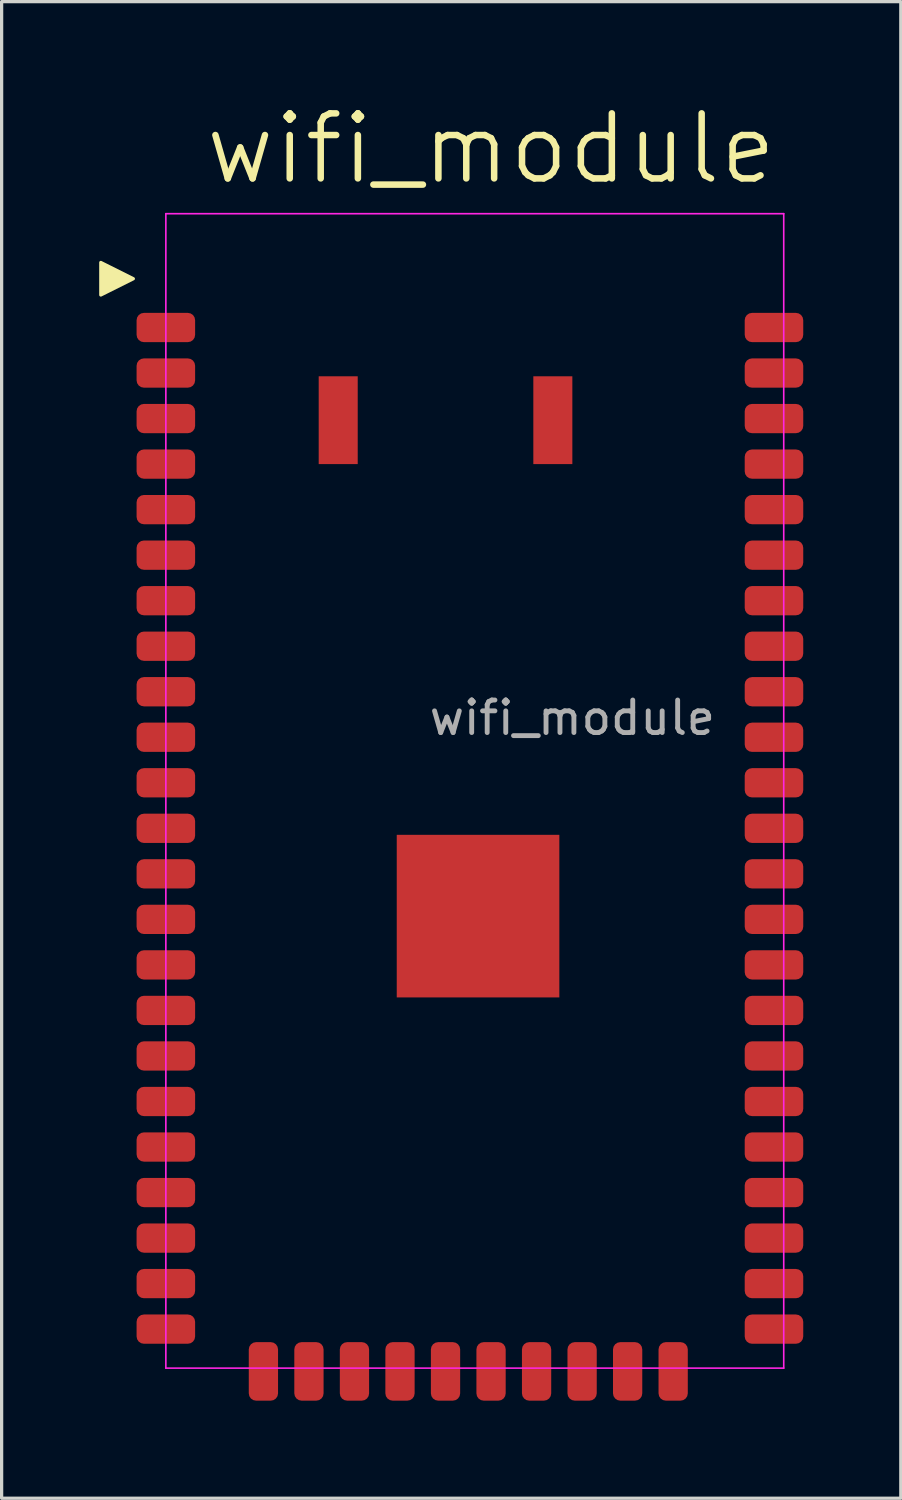
<source format=kicad_pcb>
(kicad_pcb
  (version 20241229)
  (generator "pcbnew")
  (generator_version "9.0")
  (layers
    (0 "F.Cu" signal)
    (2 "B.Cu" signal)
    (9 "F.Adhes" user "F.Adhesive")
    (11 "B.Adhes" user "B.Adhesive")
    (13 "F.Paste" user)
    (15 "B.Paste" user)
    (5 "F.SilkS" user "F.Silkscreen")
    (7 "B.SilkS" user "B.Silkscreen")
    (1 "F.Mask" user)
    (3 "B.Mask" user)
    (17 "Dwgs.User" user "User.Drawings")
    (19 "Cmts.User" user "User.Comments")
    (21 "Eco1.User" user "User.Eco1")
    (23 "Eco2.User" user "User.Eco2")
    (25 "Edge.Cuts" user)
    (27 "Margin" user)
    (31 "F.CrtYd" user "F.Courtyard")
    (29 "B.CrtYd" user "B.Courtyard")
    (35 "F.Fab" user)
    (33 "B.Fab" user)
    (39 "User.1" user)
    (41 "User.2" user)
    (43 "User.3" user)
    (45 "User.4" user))
  (footprint "wifi_module"
    (layer "F.Cu")
    (at 14.55 16.521)
    (property "Reference" "wifi_module" (at -2.5 -15 0) (unlocked yes) (layer "F.SilkS") (effects (font (size 2 2) (thickness 0.2) (bold yes))))
    (attr smd)
    (fp_poly (pts (xy -14.5 -11.5) (xy -14.5 -10.5) (xy -13.5 -11)) (stroke (width 0.1) (type solid)) (fill yes) (layer "F.SilkS"))
    (fp_line (start -12.5 -13) (end -12.5 22.5) (stroke (width 0.05) (type default)) (layer "F.CrtYd"))
    (fp_line (start -12.5 22.5) (end 6.5 22.5) (stroke (width 0.05) (type default)) (layer "F.CrtYd"))
    (fp_line (start 6.5 -13) (end -12.5 -13) (stroke (width 0.05) (type default)) (layer "F.CrtYd"))
    (fp_line (start 6.5 22.5) (end 6.5 -13) (stroke (width 0.05) (type default)) (layer "F.CrtYd"))
    (fp_text user "${REFERENCE}" (at 0 2.5 0) (unlocked yes) (layer "F.Fab") (effects (font (size 1 1) (thickness 0.15))))
    (pad "" smd rect (at -7.2 -6.65 90) (size 2.7 1.2) (layers "F.Cu" "F.Mask" "F.Paste"))
    (pad "" smd rect (at -2.9 8.6 90) (size 5 5) (layers "F.Cu" "F.Mask" "F.Paste"))
    (pad "" smd rect (at -0.6 -6.65 90) (size 2.7 1.2) (layers "F.Cu" "F.Mask" "F.Paste"))
    (pad "1" smd roundrect (at -12.5 -9.5) (size 1.8 0.9) (layers "F.Cu" "F.Mask" "F.Paste") (roundrect_rratio 0.25))
    (pad "2" smd roundrect (at -12.5 -8.1) (size 1.8 0.9) (layers "F.Cu" "F.Mask" "F.Paste") (roundrect_rratio 0.25))
    (pad "3" smd roundrect (at -12.5 -6.7) (size 1.8 0.9) (layers "F.Cu" "F.Mask" "F.Paste") (roundrect_rratio 0.25))
    (pad "4" smd roundrect (at -12.5 -5.3) (size 1.8 0.9) (layers "F.Cu" "F.Mask" "F.Paste") (roundrect_rratio 0.25))
    (pad "5" smd roundrect (at -12.5 -3.9) (size 1.8 0.9) (layers "F.Cu" "F.Mask" "F.Paste") (roundrect_rratio 0.25))
    (pad "6" smd roundrect (at -12.5 -2.5) (size 1.8 0.9) (layers "F.Cu" "F.Mask" "F.Paste") (roundrect_rratio 0.25))
    (pad "7" smd roundrect (at -12.5 -1.1) (size 1.8 0.9) (layers "F.Cu" "F.Mask" "F.Paste") (roundrect_rratio 0.25))
    (pad "8" smd roundrect (at -12.5 0.3) (size 1.8 0.9) (layers "F.Cu" "F.Mask" "F.Paste") (roundrect_rratio 0.25))
    (pad "9" smd roundrect (at -12.5 1.7) (size 1.8 0.9) (layers "F.Cu" "F.Mask" "F.Paste") (roundrect_rratio 0.25))
    (pad "10" smd roundrect (at -12.5 3.1) (size 1.8 0.9) (layers "F.Cu" "F.Mask" "F.Paste") (roundrect_rratio 0.25))
    (pad "11" smd roundrect (at -12.5 4.5) (size 1.8 0.9) (layers "F.Cu" "F.Mask" "F.Paste") (roundrect_rratio 0.25))
    (pad "12" smd roundrect (at -12.5 5.9) (size 1.8 0.9) (layers "F.Cu" "F.Mask" "F.Paste") (roundrect_rratio 0.25))
    (pad "13" smd roundrect (at -12.5 7.3) (size 1.8 0.9) (layers "F.Cu" "F.Mask" "F.Paste") (roundrect_rratio 0.25))
    (pad "14" smd roundrect (at -12.5 8.7) (size 1.8 0.9) (layers "F.Cu" "F.Mask" "F.Paste") (roundrect_rratio 0.25))
    (pad "15" smd roundrect (at -12.5 10.1) (size 1.8 0.9) (layers "F.Cu" "F.Mask" "F.Paste") (roundrect_rratio 0.25))
    (pad "16" smd roundrect (at -12.5 11.5) (size 1.8 0.9) (layers "F.Cu" "F.Mask" "F.Paste") (roundrect_rratio 0.25))
    (pad "17" smd roundrect (at -12.5 12.9) (size 1.8 0.9) (layers "F.Cu" "F.Mask" "F.Paste") (roundrect_rratio 0.25))
    (pad "18" smd roundrect (at -12.5 14.3) (size 1.8 0.9) (layers "F.Cu" "F.Mask" "F.Paste") (roundrect_rratio 0.25))
    (pad "19" smd roundrect (at -12.5 15.7) (size 1.8 0.9) (layers "F.Cu" "F.Mask" "F.Paste") (roundrect_rratio 0.25))
    (pad "20" smd roundrect (at -12.5 17.1) (size 1.8 0.9) (layers "F.Cu" "F.Mask" "F.Paste") (roundrect_rratio 0.25))
    (pad "21" smd roundrect (at -12.5 18.5) (size 1.8 0.9) (layers "F.Cu" "F.Mask" "F.Paste") (roundrect_rratio 0.25))
    (pad "21" smd roundrect (at 0.3 22.6 90) (size 1.8 0.9) (layers "F.Cu" "F.Mask" "F.Paste") (roundrect_rratio 0.25))
    (pad "22" smd roundrect (at -12.5 19.9) (size 1.8 0.9) (layers "F.Cu" "F.Mask" "F.Paste") (roundrect_rratio 0.25))
    (pad "23" smd roundrect (at -12.5 21.3) (size 1.8 0.9) (layers "F.Cu" "F.Mask" "F.Paste") (roundrect_rratio 0.25))
    (pad "24" smd roundrect (at -9.5 22.6 90) (size 1.8 0.9) (layers "F.Cu" "F.Mask" "F.Paste") (roundrect_rratio 0.25))
    (pad "25" smd roundrect (at -8.1 22.6 90) (size 1.8 0.9) (layers "F.Cu" "F.Mask" "F.Paste") (roundrect_rratio 0.25))
    (pad "26" smd roundrect (at -6.7 22.6 90) (size 1.8 0.9) (layers "F.Cu" "F.Mask" "F.Paste") (roundrect_rratio 0.25))
    (pad "27" smd roundrect (at -5.3 22.6 90) (size 1.8 0.9) (layers "F.Cu" "F.Mask" "F.Paste") (roundrect_rratio 0.25))
    (pad "28" smd roundrect (at -3.9 22.6 90) (size 1.8 0.9) (layers "F.Cu" "F.Mask" "F.Paste") (roundrect_rratio 0.25))
    (pad "29" smd roundrect (at -2.5 22.6 90) (size 1.8 0.9) (layers "F.Cu" "F.Mask" "F.Paste") (roundrect_rratio 0.25))
    (pad "30" smd roundrect (at -1.1 22.6 90) (size 1.8 0.9) (layers "F.Cu" "F.Mask" "F.Paste") (roundrect_rratio 0.25))
    (pad "32" smd roundrect (at 1.7 22.6 90) (size 1.8 0.9) (layers "F.Cu" "F.Mask" "F.Paste") (roundrect_rratio 0.25))
    (pad "33" smd roundrect (at 3.1 22.6 90) (size 1.8 0.9) (layers "F.Cu" "F.Mask" "F.Paste") (roundrect_rratio 0.25))
    (pad "34" smd roundrect (at 6.2 21.3) (size 1.8 0.9) (layers "F.Cu" "F.Mask" "F.Paste") (roundrect_rratio 0.25))
    (pad "35" smd roundrect (at 6.2 19.9) (size 1.8 0.9) (layers "F.Cu" "F.Mask" "F.Paste") (roundrect_rratio 0.25))
    (pad "36" smd roundrect (at 6.2 18.5) (size 1.8 0.9) (layers "F.Cu" "F.Mask" "F.Paste") (roundrect_rratio 0.25))
    (pad "37" smd roundrect (at 6.2 17.1) (size 1.8 0.9) (layers "F.Cu" "F.Mask" "F.Paste") (roundrect_rratio 0.25))
    (pad "38" smd roundrect (at 6.2 15.7) (size 1.8 0.9) (layers "F.Cu" "F.Mask" "F.Paste") (roundrect_rratio 0.25))
    (pad "39" smd roundrect (at 6.2 14.3) (size 1.8 0.9) (layers "F.Cu" "F.Mask" "F.Paste") (roundrect_rratio 0.25))
    (pad "40" smd roundrect (at 6.2 12.9) (size 1.8 0.9) (layers "F.Cu" "F.Mask" "F.Paste") (roundrect_rratio 0.25))
    (pad "41" smd roundrect (at 6.2 11.5) (size 1.8 0.9) (layers "F.Cu" "F.Mask" "F.Paste") (roundrect_rratio 0.25))
    (pad "42" smd roundrect (at 6.2 10.1) (size 1.8 0.9) (layers "F.Cu" "F.Mask" "F.Paste") (roundrect_rratio 0.25))
    (pad "43" smd roundrect (at 6.2 8.7) (size 1.8 0.9) (layers "F.Cu" "F.Mask" "F.Paste") (roundrect_rratio 0.25))
    (pad "44" smd roundrect (at 6.2 7.3) (size 1.8 0.9) (layers "F.Cu" "F.Mask" "F.Paste") (roundrect_rratio 0.25))
    (pad "45" smd roundrect (at 6.2 5.9) (size 1.8 0.9) (layers "F.Cu" "F.Mask" "F.Paste") (roundrect_rratio 0.25))
    (pad "46" smd roundrect (at 6.2 4.5) (size 1.8 0.9) (layers "F.Cu" "F.Mask" "F.Paste") (roundrect_rratio 0.25))
    (pad "47" smd roundrect (at 6.2 3.1) (size 1.8 0.9) (layers "F.Cu" "F.Mask" "F.Paste") (roundrect_rratio 0.25))
    (pad "48" smd roundrect (at 6.2 1.7) (size 1.8 0.9) (layers "F.Cu" "F.Mask" "F.Paste") (roundrect_rratio 0.25))
    (pad "49" smd roundrect (at 6.2 0.3) (size 1.8 0.9) (layers "F.Cu" "F.Mask" "F.Paste") (roundrect_rratio 0.25))
    (pad "50" smd roundrect (at 6.2 -1.1) (size 1.8 0.9) (layers "F.Cu" "F.Mask" "F.Paste") (roundrect_rratio 0.25))
    (pad "51" smd roundrect (at 6.2 -2.5) (size 1.8 0.9) (layers "F.Cu" "F.Mask" "F.Paste") (roundrect_rratio 0.25))
    (pad "52" smd roundrect (at 6.2 -3.9) (size 1.8 0.9) (layers "F.Cu" "F.Mask" "F.Paste") (roundrect_rratio 0.25))
    (pad "53" smd roundrect (at 6.2 -5.3) (size 1.8 0.9) (layers "F.Cu" "F.Mask" "F.Paste") (roundrect_rratio 0.25))
    (pad "54" smd roundrect (at 6.2 -6.7) (size 1.8 0.9) (layers "F.Cu" "F.Mask" "F.Paste") (roundrect_rratio 0.25))
    (pad "55" smd roundrect (at 6.2 -8.1) (size 1.8 0.9) (layers "F.Cu" "F.Mask" "F.Paste") (roundrect_rratio 0.25))
    (pad "56" smd roundrect (at 6.2 -9.5) (size 1.8 0.9) (layers "F.Cu" "F.Mask" "F.Paste") (roundrect_rratio 0.25)))
  (gr_rect
    (start -3 -3)
    (end 24.65 43.021)
    (stroke (width 0.1) (type default))
    (fill no)
    (layer "Edge.Cuts")))
</source>
